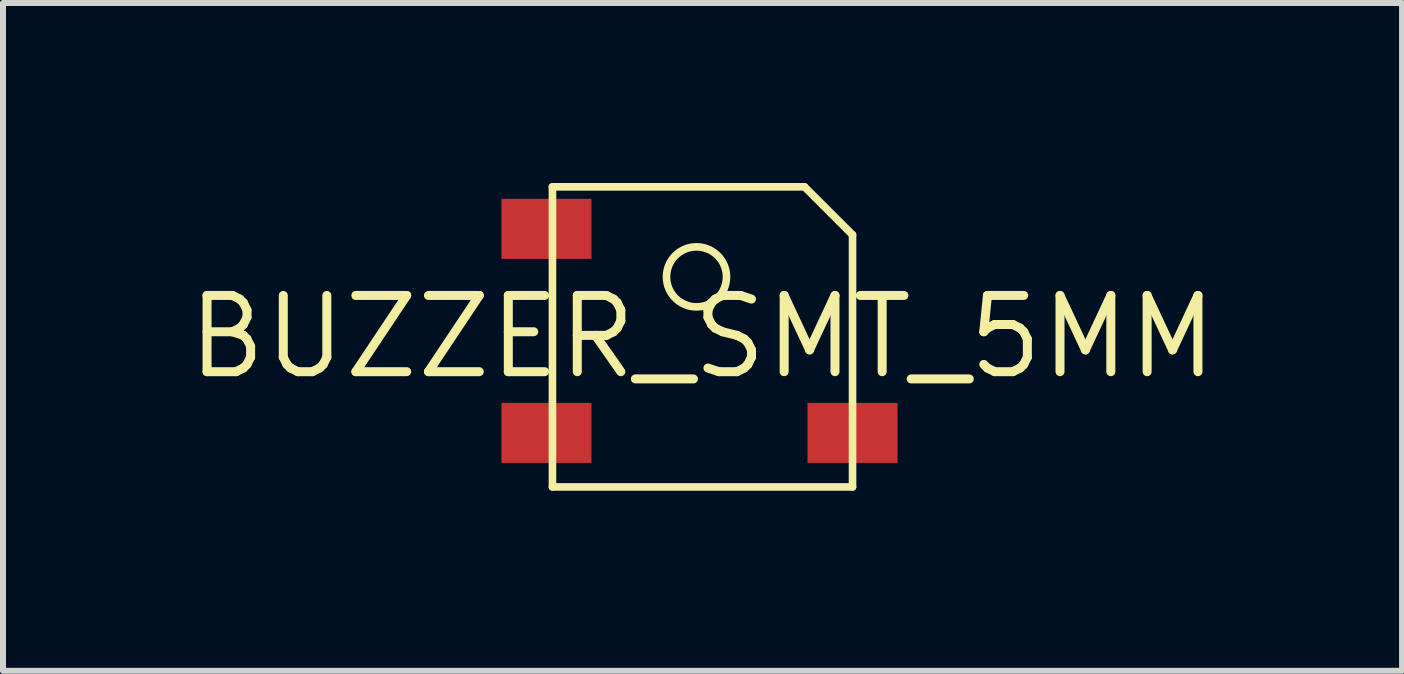
<source format=kicad_pcb>
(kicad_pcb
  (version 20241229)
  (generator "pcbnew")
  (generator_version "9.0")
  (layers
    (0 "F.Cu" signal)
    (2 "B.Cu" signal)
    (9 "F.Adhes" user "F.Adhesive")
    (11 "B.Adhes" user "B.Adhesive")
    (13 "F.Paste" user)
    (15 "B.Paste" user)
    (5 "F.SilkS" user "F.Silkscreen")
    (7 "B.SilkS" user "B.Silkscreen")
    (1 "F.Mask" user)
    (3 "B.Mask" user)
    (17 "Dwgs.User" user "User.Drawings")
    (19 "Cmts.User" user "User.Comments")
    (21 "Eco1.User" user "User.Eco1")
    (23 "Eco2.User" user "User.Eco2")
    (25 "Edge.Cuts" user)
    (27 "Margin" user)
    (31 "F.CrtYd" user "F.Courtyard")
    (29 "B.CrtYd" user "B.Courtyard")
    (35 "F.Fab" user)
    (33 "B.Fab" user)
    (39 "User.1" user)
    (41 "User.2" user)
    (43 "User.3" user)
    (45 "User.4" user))
  (footprint "BUZZER_SMT_5MM"
    (layer "F.Cu")
    (at 8.655 2.563)
    (property "Reference" "BUZZER_SMT_5MM" (at 0 0 0) (layer "F.SilkS") (effects (font (size 1.27 1.27) (thickness 0.15))))
    (attr through_hole)
    (fp_line (start -2.5 -2.5) (end 1.7 -2.5) (stroke (width 0.127) (type solid)) (layer "F.SilkS"))
    (fp_line (start -2.5 2.5) (end -2.5 -2.5) (stroke (width 0.127) (type solid)) (layer "F.SilkS"))
    (fp_line (start 1.7 -2.5) (end 2.5 -1.7) (stroke (width 0.127) (type solid)) (layer "F.SilkS"))
    (fp_line (start 2.5 -1.7) (end 2.5 2.5) (stroke (width 0.127) (type solid)) (layer "F.SilkS"))
    (fp_line (start 2.5 2.5) (end -2.5 2.5) (stroke (width 0.127) (type solid)) (layer "F.SilkS"))
    (fp_circle (center -0.1 -1) (end 0.4 -1) (stroke (width 0.127) (type solid)) (fill no) (layer "F.SilkS"))
    (pad "+" smd rect (at -2.6 1.6 90) (size 1 1.5) (layers "F.Cu" "F.Mask" "F.Paste"))
    (pad "-" smd rect (at 2.5 1.6 90) (size 1 1.5) (layers "F.Cu" "F.Mask" "F.Paste"))
    (pad "MT" smd rect (at -2.6 -1.8 90) (size 1 1.5) (layers "F.Cu" "F.Mask" "F.Paste")))
  (gr_rect
    (start -3 -3)
    (end 20.311 8.127)
    (stroke (width 0.1) (type default))
    (fill no)
    (layer "Edge.Cuts")))
</source>
